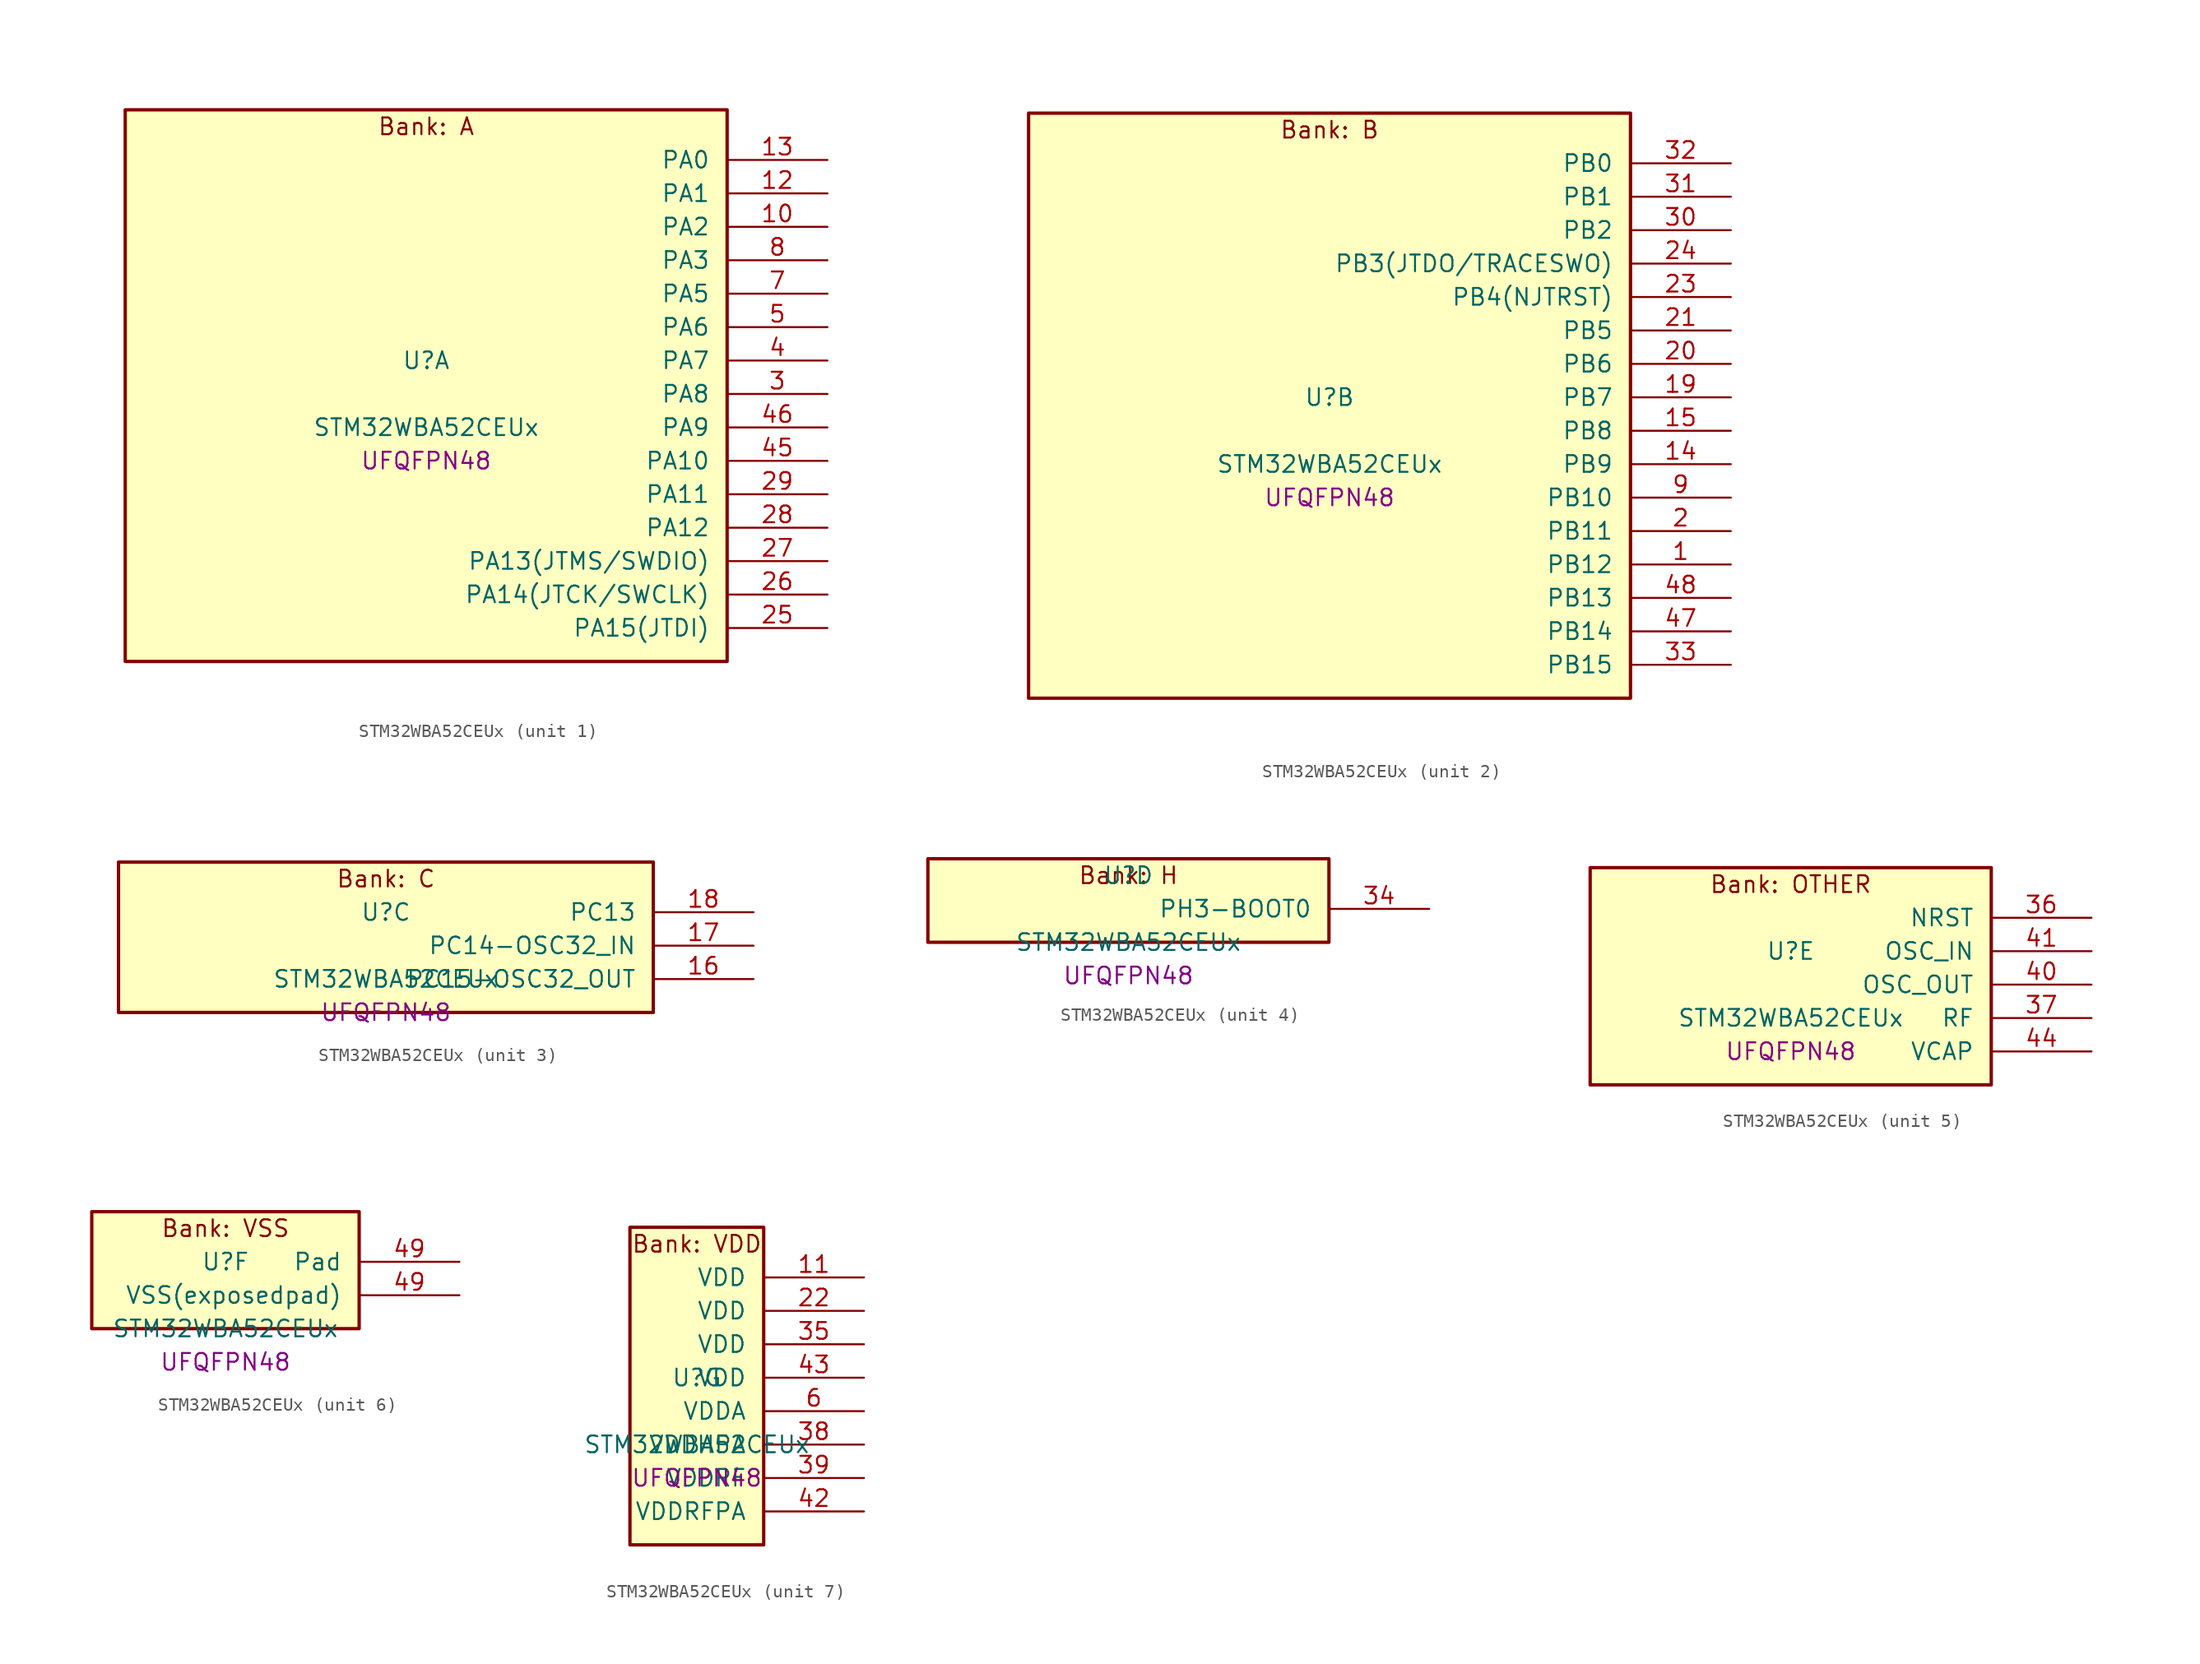
<source format=kicad_sym>
(kicad_symbol_lib
  (version 20241209)
  (generator "stm32_pkl_generator")
  (generator_version "1.0")
  (symbol "STM32WBA52CEUx"
    (pin_names
      (offset 1.27))
    (property "Reference" "U"
      (at 0 2.54 0))
    (property "Value" "STM32WBA52CEUx"
      (at 0 -2.54 0))
    (property "Footprint" "UFQFPN48"
      (at 0 -5.08 0))
    (symbol "STM32WBA52CEUx_1_1"
      (rectangle (start -22.86 21.59) (end 22.86 -20.32) (stroke (width 0.254) (type solid)) (fill (type background)))
      (text "Bank: A" (at 0 20.32 0))
      (pin bidirectional line (at 30.48 17.78 180) (length 7.62) (name "PA0") (number "13") (alternate "PA0/ADC4_IN9" bidirectional line) (alternate "PA0/LPTIM1_IN1" bidirectional line) (alternate "PA0/LPUART1_CTS" bidirectional line) (alternate "PA0/PWR_WKUP1" bidirectional line) (alternate "PA0/SPI3_SCK" bidirectional line) (alternate "PA0/TIM1_CH2N" bidirectional line) (alternate "PA0/TIM3_CH3" bidirectional line) (alternate "PA0/TIM3_ETR" bidirectional line) (alternate "PA0/TSC_G2_IO2" bidirectional line))
      (pin bidirectional line (at 30.48 15.24 180) (length 7.62) (name "PA1") (number "12") (alternate "PA1/ADC4_IN8" bidirectional line) (alternate "PA1/LPTIM2_CH2" bidirectional line) (alternate "PA1/LPUART1_RX" bidirectional line) (alternate "PA1/PWR_WKUP3" bidirectional line) (alternate "PA1/SPI1_RDY" bidirectional line) (alternate "PA1/TIM17_CH1" bidirectional line) (alternate "PA1/TIM1_CH1N" bidirectional line) (alternate "PA1/TIM3_CH2" bidirectional line) (alternate "PA1/TSC_G2_IO1" bidirectional line) (alternate "PA1/USART1_CK" bidirectional line))
      (pin bidirectional line (at 30.48 12.7 180) (length 7.62) (name "PA2") (number "10") (alternate "PA2/ADC4_IN7" bidirectional line) (alternate "PA2/LPUART1_TX" bidirectional line) (alternate "PA2/PWR_WKUP4" bidirectional line) (alternate "PA2/RCC_LSCO" bidirectional line) (alternate "PA2/TIM16_CH1" bidirectional line) (alternate "PA2/TIM1_BKIN" bidirectional line) (alternate "PA2/TIM3_CH1" bidirectional line) (alternate "PA2/TSC_G4_IO4" bidirectional line) (alternate "PA2/USART1_DE" bidirectional line) (alternate "PA2/USART1_RTS" bidirectional line))
      (pin bidirectional line (at 30.48 10.16 180) (length 7.62) (name "PA3") (number "8") (alternate "PA3/ADC4_IN6" bidirectional line) (alternate "PA3/PWR_WKUP5" bidirectional line) (alternate "PA3/TIM16_CH1N" bidirectional line) (alternate "PA3/TSC_G4_IO2" bidirectional line) (alternate "PA3/USART1_DE" bidirectional line) (alternate "PA3/USART1_RTS" bidirectional line))
      (pin bidirectional line (at 30.48 7.62 180) (length 7.62) (name "PA5") (number "7") (alternate "PA5/ADC4_IN4" bidirectional line) (alternate "PA5/LPTIM2_ETR" bidirectional line) (alternate "PA5/PWR_CSLEEP" bidirectional line) (alternate "PA5/PWR_WKUP6" bidirectional line) (alternate "PA5/SPI3_NSS" bidirectional line) (alternate "PA5/TIM2_CH1" bidirectional line) (alternate "PA5/TIM2_ETR" bidirectional line) (alternate "PA5/TSC_G1_IO4" bidirectional line) (alternate "PA5/USART1_CK" bidirectional line))
      (pin bidirectional line (at 30.48 5.08 180) (length 7.62) (name "PA6") (number "5") (alternate "PA6/ADC4_IN3" bidirectional line) (alternate "PA6/I2C3_SCL" bidirectional line) (alternate "PA6/PWR_CSTOP" bidirectional line) (alternate "PA6/PWR_WKUP7" bidirectional line) (alternate "PA6/SPI3_RDY" bidirectional line) (alternate "PA6/TIM2_CH4" bidirectional line) (alternate "PA6/TSC_G1_IO3" bidirectional line) (alternate "PA6/USART1_DE" bidirectional line) (alternate "PA6/USART1_RTS" bidirectional line))
      (pin bidirectional line (at 30.48 2.54 180) (length 7.62) (name "PA7") (number "4") (alternate "PA7/ADC4_IN2" bidirectional line) (alternate "PA7/I2C3_SDA" bidirectional line) (alternate "PA7/PWR_WKUP8" bidirectional line) (alternate "PA7/TAMP_IN1" bidirectional line) (alternate "PA7/TAMP_OUT2" bidirectional line) (alternate "PA7/TIM2_CH3" bidirectional line) (alternate "PA7/TSC_G1_IO2" bidirectional line) (alternate "PA7/USART1_CTS" bidirectional line))
      (pin bidirectional line (at 30.48 0 180) (length 7.62) (name "PA8") (number "3") (alternate "PA8/ADC4_IN1" bidirectional line) (alternate "PA8/LPTIM1_CH2" bidirectional line) (alternate "PA8/RCC_MCO" bidirectional line) (alternate "PA8/SPI3_RDY" bidirectional line) (alternate "PA8/TIM2_CH2" bidirectional line) (alternate "PA8/TSC_G1_IO1" bidirectional line) (alternate "PA8/USART1_RX" bidirectional line))
      (pin bidirectional line (at 30.48 -2.54 180) (length 7.62) (name "PA9") (number "46") (alternate "PA9/LPUART1_DE" bidirectional line) (alternate "PA9/LPUART1_RTS" bidirectional line) (alternate "PA9/TIM3_CH2" bidirectional line))
      (pin bidirectional line (at 30.48 -5.08 180) (length 7.62) (name "PA10") (number "45") (alternate "PA10/LPUART1_RX" bidirectional line) (alternate "PA10/TIM3_CH1" bidirectional line))
      (pin bidirectional line (at 30.48 -7.62 180) (length 7.62) (name "PA11") (number "29") (alternate "PA11/LPTIM2_CH1" bidirectional line) (alternate "PA11/RF_ANTSW1" bidirectional line) (alternate "PA11/TIM1_CH1" bidirectional line) (alternate "PA11/USART2_RX" bidirectional line))
      (pin bidirectional line (at 30.48 -10.16 180) (length 7.62) (name "PA12") (number "28") (alternate "PA12/PWR_WKUP6" bidirectional line) (alternate "PA12/RF_ANTSW0" bidirectional line) (alternate "PA12/SPI1_NSS" bidirectional line) (alternate "PA12/TIM1_CH2" bidirectional line) (alternate "PA12/TSC_G3_IO4" bidirectional line) (alternate "PA12/USART2_TX" bidirectional line))
      (pin bidirectional line (at 30.48 -12.7 180) (length 7.62) (name "PA13(JTMS/SWDIO)") (number "27") (alternate "PA13(JTMS/SWDIO)/DEBUG_JTMS-SWDIO" bidirectional line) (alternate "PA13(JTMS/SWDIO)/IR_OUT" bidirectional line))
      (pin bidirectional line (at 30.48 -15.24 180) (length 7.62) (name "PA14(JTCK/SWCLK)") (number "26") (alternate "PA14(JTCK/SWCLK)/DEBUG_JTCK-SWCLK" bidirectional line) (alternate "PA14(JTCK/SWCLK)/TAMP_IN3" bidirectional line) (alternate "PA14(JTCK/SWCLK)/TAMP_OUT6" bidirectional line) (alternate "PA14(JTCK/SWCLK)/USART2_TX" bidirectional line))
      (pin bidirectional line (at 30.48 -17.78 180) (length 7.62) (name "PA15(JTDI)") (number "25") (alternate "PA15(JTDI)/ADC4_EXTI15" bidirectional line) (alternate "PA15(JTDI)/DEBUG_JTDI" bidirectional line) (alternate "PA15(JTDI)/I2C1_SCL" bidirectional line) (alternate "PA15(JTDI)/LPTIM1_CH2" bidirectional line) (alternate "PA15(JTDI)/SPI1_MOSI" bidirectional line) (alternate "PA15(JTDI)/TIM17_BKIN" bidirectional line) (alternate "PA15(JTDI)/TIM1_ETR" bidirectional line) (alternate "PA15(JTDI)/TSC_G3_IO3" bidirectional line) (alternate "PA15(JTDI)/USART2_DE" bidirectional line) (alternate "PA15(JTDI)/USART2_RTS" bidirectional line)))
    (symbol "STM32WBA52CEUx_2_1"
      (rectangle (start -22.86 24.13) (end 22.86 -20.32) (stroke (width 0.254) (type solid)) (fill (type background)))
      (text "Bank: B" (at 0 22.86 0))
      (pin bidirectional line (at 30.48 20.32 180) (length 7.62) (name "PB0") (number "32") (alternate "PB0/LPTIM2_IN2" bidirectional line) (alternate "PB0/TIM1_CH3N" bidirectional line) (alternate "PB0/USART2_TX" bidirectional line))
      (pin bidirectional line (at 30.48 17.78 180) (length 7.62) (name "PB1") (number "31") (alternate "PB1/I2C1_SDA" bidirectional line) (alternate "PB1/I2C3_SDA" bidirectional line) (alternate "PB1/PWR_WKUP4" bidirectional line) (alternate "PB1/TIM1_CH2N" bidirectional line) (alternate "PB1/USART2_DE" bidirectional line) (alternate "PB1/USART2_RTS" bidirectional line))
      (pin bidirectional line (at 30.48 15.24 180) (length 7.62) (name "PB2") (number "30") (alternate "PB2/I2C1_SCL" bidirectional line) (alternate "PB2/I2C3_SCL" bidirectional line) (alternate "PB2/PWR_WKUP1" bidirectional line) (alternate "PB2/RF_ANTSW2" bidirectional line) (alternate "PB2/RTC_OUT2" bidirectional line) (alternate "PB2/TIM1_CH1N" bidirectional line) (alternate "PB2/USART2_CTS" bidirectional line))
      (pin bidirectional line (at 30.48 12.7 180) (length 7.62) (name "PB3(JTDO/TRACESWO)") (number "24") (alternate "PB3(JTDO/TRACESWO)/DEBUG_JTDO-SWO" bidirectional line) (alternate "PB3(JTDO/TRACESWO)/I2C1_SDA" bidirectional line) (alternate "PB3(JTDO/TRACESWO)/LPTIM1_IN2" bidirectional line) (alternate "PB3(JTDO/TRACESWO)/SPI1_MISO" bidirectional line) (alternate "PB3(JTDO/TRACESWO)/TIM17_CH1N" bidirectional line) (alternate "PB3(JTDO/TRACESWO)/TIM1_CH4" bidirectional line) (alternate "PB3(JTDO/TRACESWO)/TSC_G3_IO2" bidirectional line) (alternate "PB3(JTDO/TRACESWO)/USART2_CK" bidirectional line))
      (pin bidirectional line (at 30.48 10.16 180) (length 7.62) (name "PB4(NJTRST)") (number "23") (alternate "PB4(NJTRST)/DEBUG_JTRST" bidirectional line) (alternate "PB4(NJTRST)/LPTIM2_IN2" bidirectional line) (alternate "PB4(NJTRST)/SPI1_SCK" bidirectional line) (alternate "PB4(NJTRST)/TIM17_CH1" bidirectional line) (alternate "PB4(NJTRST)/TIM1_CH3" bidirectional line) (alternate "PB4(NJTRST)/TSC_G3_IO1" bidirectional line) (alternate "PB4(NJTRST)/USART2_RX" bidirectional line))
      (pin bidirectional line (at 30.48 7.62 180) (length 7.62) (name "PB5") (number "21") (alternate "PB5/LPUART1_TX" bidirectional line) (alternate "PB5/TIM3_CH1" bidirectional line) (alternate "PB5/TSC_G5_IO4" bidirectional line))
      (pin bidirectional line (at 30.48 5.08 180) (length 7.62) (name "PB6") (number "20") (alternate "PB6/PWR_WKUP3" bidirectional line) (alternate "PB6/TIM2_CH1" bidirectional line) (alternate "PB6/TIM2_ETR" bidirectional line) (alternate "PB6/TSC_G5_IO3" bidirectional line))
      (pin bidirectional line (at 30.48 2.54 180) (length 7.62) (name "PB7") (number "19") (alternate "PB7/PWR_WKUP5" bidirectional line) (alternate "PB7/TAMP_IN5" bidirectional line) (alternate "PB7/TAMP_OUT4" bidirectional line) (alternate "PB7/TIM1_CH4N" bidirectional line) (alternate "PB7/TSC_G5_IO2" bidirectional line))
      (pin bidirectional line (at 30.48 0 180) (length 7.62) (name "PB8") (number "15") (alternate "PB8/LPTIM1_ETR" bidirectional line) (alternate "PB8/PWR_PVD_IN" bidirectional line) (alternate "PB8/SPI3_MOSI" bidirectional line) (alternate "PB8/TIM16_CH1N" bidirectional line) (alternate "PB8/TIM1_CH1" bidirectional line) (alternate "PB8/TIM3_ETR" bidirectional line) (alternate "PB8/TSC_G2_IO4" bidirectional line) (alternate "PB8/USART2_RX" bidirectional line))
      (pin bidirectional line (at 30.48 -2.54 180) (length 7.62) (name "PB9") (number "14") (alternate "PB9/ADC4_IN10" bidirectional line) (alternate "PB9/IR_OUT" bidirectional line) (alternate "PB9/LPTIM2_IN1" bidirectional line) (alternate "PB9/LPUART1_DE" bidirectional line) (alternate "PB9/LPUART1_RTS" bidirectional line) (alternate "PB9/PWR_WKUP8" bidirectional line) (alternate "PB9/SPI3_MISO" bidirectional line) (alternate "PB9/TIM16_CH1" bidirectional line) (alternate "PB9/TIM1_CH3N" bidirectional line) (alternate "PB9/TIM3_CH4" bidirectional line) (alternate "PB9/TSC_G2_IO3" bidirectional line))
      (pin bidirectional line (at 30.48 -5.08 180) (length 7.62) (name "PB10") (number "9") (alternate "PB10/TIM16_BKIN" bidirectional line) (alternate "PB10/TSC_G4_IO3" bidirectional line) (alternate "PB10/USART1_CK" bidirectional line))
      (pin bidirectional line (at 30.48 -7.62 180) (length 7.62) (name "PB11") (number "2") (alternate "PB11/LPTIM1_CH1" bidirectional line) (alternate "PB11/LPTIM1_ETR" bidirectional line) (alternate "PB11/LPUART1_TX" bidirectional line))
      (pin bidirectional line (at 30.48 -10.16 180) (length 7.62) (name "PB12") (number "1") (alternate "PB12/SPI1_RDY" bidirectional line) (alternate "PB12/TIM2_CH1" bidirectional line) (alternate "PB12/TIM2_ETR" bidirectional line) (alternate "PB12/TIM3_ETR" bidirectional line) (alternate "PB12/TSC_SYNC" bidirectional line) (alternate "PB12/USART1_TX" bidirectional line))
      (pin bidirectional line (at 30.48 -12.7 180) (length 7.62) (name "PB13") (number "48") (alternate "PB13/TIM3_CH4" bidirectional line) (alternate "PB13/TSC_G6_IO2" bidirectional line))
      (pin bidirectional line (at 30.48 -15.24 180) (length 7.62) (name "PB14") (number "47") (alternate "PB14/PWR_WKUP7" bidirectional line) (alternate "PB14/RTC_REFIN" bidirectional line) (alternate "PB14/TIM3_CH3" bidirectional line) (alternate "PB14/TSC_G6_IO1" bidirectional line) (alternate "PB14/USART1_TX" bidirectional line))
      (pin bidirectional line (at 30.48 -17.78 180) (length 7.62) (name "PB15") (number "33") (alternate "PB15/ADC4_EXTI15" bidirectional line) (alternate "PB15/I2C1_SMBA" bidirectional line) (alternate "PB15/I2C3_SMBA" bidirectional line) (alternate "PB15/LPUART1_CTS" bidirectional line) (alternate "PB15/TIM16_BKIN" bidirectional line) (alternate "PB15/TIM1_BKIN2" bidirectional line) (alternate "PB15/USART2_CTS" bidirectional line)))
    (symbol "STM32WBA52CEUx_3_1"
      (rectangle (start -20.32 6.35) (end 20.32 -5.08) (stroke (width 0.254) (type solid)) (fill (type background)))
      (text "Bank: C" (at 0 5.08 0))
      (pin bidirectional line (at 27.94 2.54 180) (length 7.62) (name "PC13") (number "18") (alternate "PC13/PWR_WKUP2" bidirectional line) (alternate "PC13/RTC_OUT1" bidirectional line) (alternate "PC13/RTC_TS" bidirectional line) (alternate "PC13/TAMP_IN4" bidirectional line) (alternate "PC13/TAMP_OUT5" bidirectional line) (alternate "PC13/TIM1_BKIN2" bidirectional line) (alternate "PC13/TSC_G5_IO1" bidirectional line))
      (pin bidirectional line (at 27.94 0 180) (length 7.62) (name "PC14-OSC32_IN") (number "17") (alternate "PC14-OSC32_IN/RCC_OSC32_IN" bidirectional line))
      (pin bidirectional line (at 27.94 -2.54 180) (length 7.62) (name "PC15-OSC32_OUT") (number "16") (alternate "PC15-OSC32_OUT/ADC4_EXTI15" bidirectional line) (alternate "PC15-OSC32_OUT/RCC_OSC32_OUT" bidirectional line)))
    (symbol "STM32WBA52CEUx_4_1"
      (rectangle (start -15.24 3.81) (end 15.24 -2.54) (stroke (width 0.254) (type solid)) (fill (type background)))
      (text "Bank: H" (at 0 2.54 0))
      (pin bidirectional line (at 22.86 0 180) (length 7.62) (name "PH3-BOOT0") (number "34") (alternate "PH3-BOOT0/TAMP_IN2" bidirectional line) (alternate "PH3-BOOT0/TAMP_OUT1" bidirectional line)))
    (symbol "STM32WBA52CEUx_5_1"
      (rectangle (start -15.24 8.89) (end 15.24 -7.62) (stroke (width 0.254) (type solid)) (fill (type background)))
      (text "Bank: OTHER" (at 0 7.62 0))
      (pin input line (at 22.86 5.08 180) (length 7.62) (name "NRST") (number "36"))
      (pin bidirectional line (at 22.86 2.54 180) (length 7.62) (name "OSC_IN") (number "41") (alternate "OSC_IN/RCC_OSC_IN" bidirectional line))
      (pin bidirectional line (at 22.86 0 180) (length 7.62) (name "OSC_OUT") (number "40") (alternate "OSC_OUT/RCC_OSC_OUT" bidirectional line))
      (pin bidirectional line (at 22.86 -2.54 180) (length 7.62) (name "RF") (number "37"))
      (pin power_in line (at 22.86 -5.08 180) (length 7.62) (name "VCAP") (number "44")))
    (symbol "STM32WBA52CEUx_6_1"
      (rectangle (start -10.16 6.35) (end 10.16 -2.54) (stroke (width 0.254) (type solid)) (fill (type background)))
      (text "Bank: VSS" (at 0 5.08 0))
      (pin passive line (at 17.78 2.54 180) (length 7.62) (name "Pad") (number "49"))
      (pin power_in line (at 17.78 0 180) (length 7.62) (name "VSS(exposedpad)") (number "49")))
    (symbol "STM32WBA52CEUx_7_1"
      (rectangle (start -5.08 13.97) (end 5.08 -10.16) (stroke (width 0.254) (type solid)) (fill (type background)))
      (text "Bank: VDD" (at 0 12.7 0))
      (pin power_in line (at 12.7 10.16 180) (length 7.62) (name "VDD") (number "11"))
      (pin power_in line (at 12.7 7.62 180) (length 7.62) (name "VDD") (number "22"))
      (pin power_in line (at 12.7 5.08 180) (length 7.62) (name "VDD") (number "35"))
      (pin power_in line (at 12.7 2.54 180) (length 7.62) (name "VDD") (number "43"))
      (pin power_in line (at 12.7 0 180) (length 7.62) (name "VDDA") (number "6"))
      (pin power_in line (at 12.7 -2.54 180) (length 7.62) (name "VDDHPA") (number "38"))
      (pin power_in line (at 12.7 -5.08 180) (length 7.62) (name "VDDRF") (number "39"))
      (pin power_in line (at 12.7 -7.62 180) (length 7.62) (name "VDDRFPA") (number "42")))))
</source>
